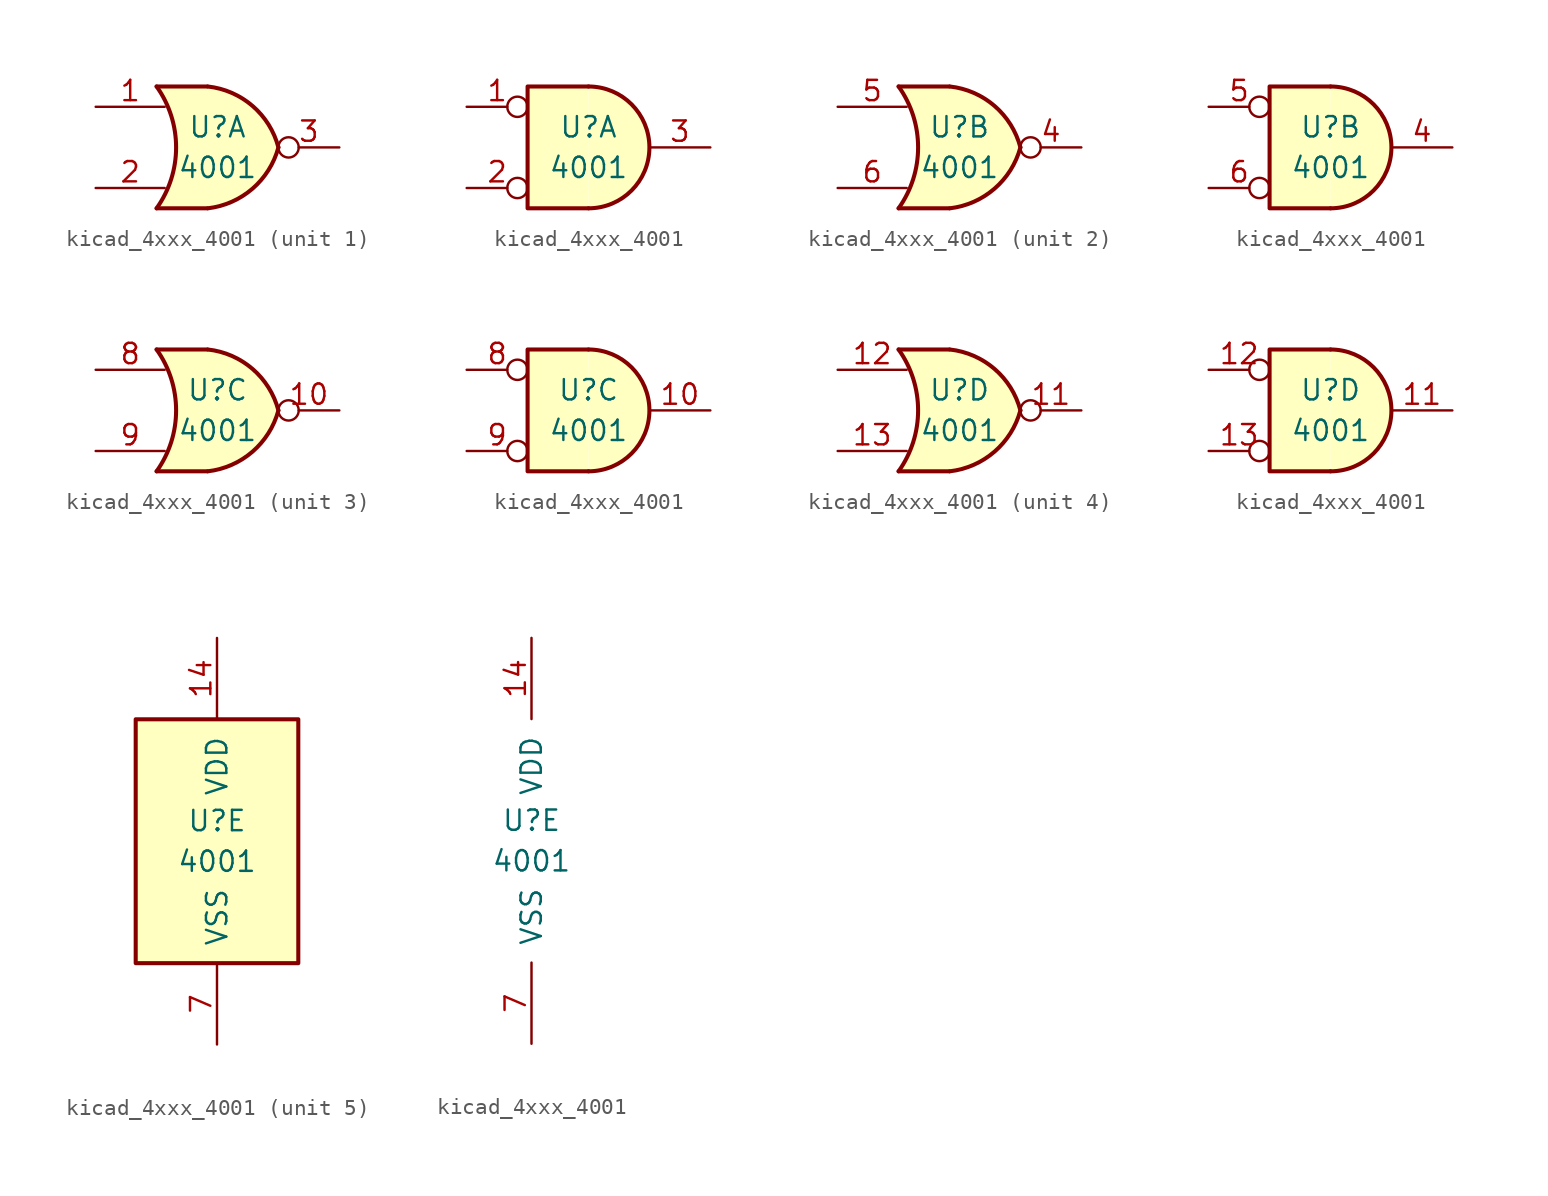
<source format=kicad_sym>
(kicad_symbol_lib
  (version 20220914)
  (generator kicad_symbol_editor)
  (symbol "kicad_4xxx_4001"
    (pin_names
      (offset 1.016))
    (property "Reference" "U"
      (at 0 1.27 0)
      (effects (font (size 1.27 1.27))))
    (property "Value" "4001"
      (at 0 -1.27 0)
      (effects (font (size 1.27 1.27))))
    (property "ki_locked" ""
      (at 0 0 0)
      (effects (font (size 1.27 1.27))))
    (symbol "kicad_4xxx_4001_1_1"
      (arc (start -3.81 -3.81) (mid -2.589 0) (end -3.81 3.81) (stroke (width 0.254) (type default)) (fill (type none)))
      (arc (start -0.6096 -3.81) (mid 2.1842 -2.5851) (end 3.81 0) (stroke (width 0.254) (type default)) (fill (type background)))
      (polyline (pts (xy -3.81 -3.81) (xy -0.635 -3.81)) (stroke (width 0.254) (type default)) (fill (type background)))
      (polyline (pts (xy -3.81 3.81) (xy -0.635 3.81)) (stroke (width 0.254) (type default)) (fill (type background)))
      (polyline (pts (xy -0.635 3.81) (xy -3.81 3.81) (xy -3.81 3.81) (xy -3.556 3.404) (xy -3.023 2.261) (xy -2.692 1.041) (xy -2.616 -0.254) (xy -2.769 -1.499) (xy -3.175 -2.718) (xy -3.81 -3.81) (xy -3.81 -3.81) (xy -0.635 -3.81)) (stroke (width -25.4) (type default)) (fill (type background)))
      (arc (start 3.81 0) (mid 2.1915 2.5936) (end -0.6096 3.81) (stroke (width 0.254) (type default)) (fill (type background)))
      (pin input line (at -7.62 2.54 0) (length 4.318) (name "~" (effects (font (size 1.27 1.27)))) (number "1" (effects (font (size 1.27 1.27)))))
      (pin input line (at -7.62 -2.54 0) (length 4.318) (name "~" (effects (font (size 1.27 1.27)))) (number "2" (effects (font (size 1.27 1.27)))))
      (pin output inverted (at 7.62 0 180) (length 3.81) (name "~" (effects (font (size 1.27 1.27)))) (number "3" (effects (font (size 1.27 1.27))))))
    (symbol "kicad_4xxx_4001_1_2"
      (arc (start 0 -3.81) (mid 3.7934 0) (end 0 3.81) (stroke (width 0.254) (type default)) (fill (type background)))
      (polyline (pts (xy 0 3.81) (xy -3.81 3.81) (xy -3.81 -3.81) (xy 0 -3.81)) (stroke (width 0.254) (type default)) (fill (type background)))
      (pin input inverted (at -7.62 2.54 0) (length 3.81) (name "~" (effects (font (size 1.27 1.27)))) (number "1" (effects (font (size 1.27 1.27)))))
      (pin input inverted (at -7.62 -2.54 0) (length 3.81) (name "~" (effects (font (size 1.27 1.27)))) (number "2" (effects (font (size 1.27 1.27)))))
      (pin output line (at 7.62 0 180) (length 3.81) (name "~" (effects (font (size 1.27 1.27)))) (number "3" (effects (font (size 1.27 1.27))))))
    (symbol "kicad_4xxx_4001_2_1"
      (arc (start -3.81 -3.81) (mid -2.589 0) (end -3.81 3.81) (stroke (width 0.254) (type default)) (fill (type none)))
      (arc (start -0.6096 -3.81) (mid 2.1842 -2.5851) (end 3.81 0) (stroke (width 0.254) (type default)) (fill (type background)))
      (polyline (pts (xy -3.81 -3.81) (xy -0.635 -3.81)) (stroke (width 0.254) (type default)) (fill (type background)))
      (polyline (pts (xy -3.81 3.81) (xy -0.635 3.81)) (stroke (width 0.254) (type default)) (fill (type background)))
      (polyline (pts (xy -0.635 3.81) (xy -3.81 3.81) (xy -3.81 3.81) (xy -3.556 3.404) (xy -3.023 2.261) (xy -2.692 1.041) (xy -2.616 -0.254) (xy -2.769 -1.499) (xy -3.175 -2.718) (xy -3.81 -3.81) (xy -3.81 -3.81) (xy -0.635 -3.81)) (stroke (width -25.4) (type default)) (fill (type background)))
      (arc (start 3.81 0) (mid 2.1915 2.5936) (end -0.6096 3.81) (stroke (width 0.254) (type default)) (fill (type background)))
      (pin output inverted (at 7.62 0 180) (length 3.81) (name "~" (effects (font (size 1.27 1.27)))) (number "4" (effects (font (size 1.27 1.27)))))
      (pin input line (at -7.62 2.54 0) (length 4.318) (name "~" (effects (font (size 1.27 1.27)))) (number "5" (effects (font (size 1.27 1.27)))))
      (pin input line (at -7.62 -2.54 0) (length 4.318) (name "~" (effects (font (size 1.27 1.27)))) (number "6" (effects (font (size 1.27 1.27))))))
    (symbol "kicad_4xxx_4001_2_2"
      (arc (start 0 -3.81) (mid 3.7934 0) (end 0 3.81) (stroke (width 0.254) (type default)) (fill (type background)))
      (polyline (pts (xy 0 3.81) (xy -3.81 3.81) (xy -3.81 -3.81) (xy 0 -3.81)) (stroke (width 0.254) (type default)) (fill (type background)))
      (pin output line (at 7.62 0 180) (length 3.81) (name "~" (effects (font (size 1.27 1.27)))) (number "4" (effects (font (size 1.27 1.27)))))
      (pin input inverted (at -7.62 2.54 0) (length 3.81) (name "~" (effects (font (size 1.27 1.27)))) (number "5" (effects (font (size 1.27 1.27)))))
      (pin input inverted (at -7.62 -2.54 0) (length 3.81) (name "~" (effects (font (size 1.27 1.27)))) (number "6" (effects (font (size 1.27 1.27))))))
    (symbol "kicad_4xxx_4001_3_1"
      (arc (start -3.81 -3.81) (mid -2.589 0) (end -3.81 3.81) (stroke (width 0.254) (type default)) (fill (type none)))
      (arc (start -0.6096 -3.81) (mid 2.1842 -2.5851) (end 3.81 0) (stroke (width 0.254) (type default)) (fill (type background)))
      (polyline (pts (xy -3.81 -3.81) (xy -0.635 -3.81)) (stroke (width 0.254) (type default)) (fill (type background)))
      (polyline (pts (xy -3.81 3.81) (xy -0.635 3.81)) (stroke (width 0.254) (type default)) (fill (type background)))
      (polyline (pts (xy -0.635 3.81) (xy -3.81 3.81) (xy -3.81 3.81) (xy -3.556 3.404) (xy -3.023 2.261) (xy -2.692 1.041) (xy -2.616 -0.254) (xy -2.769 -1.499) (xy -3.175 -2.718) (xy -3.81 -3.81) (xy -3.81 -3.81) (xy -0.635 -3.81)) (stroke (width -25.4) (type default)) (fill (type background)))
      (arc (start 3.81 0) (mid 2.1915 2.5936) (end -0.6096 3.81) (stroke (width 0.254) (type default)) (fill (type background)))
      (pin output inverted (at 7.62 0 180) (length 3.81) (name "~" (effects (font (size 1.27 1.27)))) (number "10" (effects (font (size 1.27 1.27)))))
      (pin input line (at -7.62 2.54 0) (length 4.318) (name "~" (effects (font (size 1.27 1.27)))) (number "8" (effects (font (size 1.27 1.27)))))
      (pin input line (at -7.62 -2.54 0) (length 4.318) (name "~" (effects (font (size 1.27 1.27)))) (number "9" (effects (font (size 1.27 1.27))))))
    (symbol "kicad_4xxx_4001_3_2"
      (arc (start 0 -3.81) (mid 3.7934 0) (end 0 3.81) (stroke (width 0.254) (type default)) (fill (type background)))
      (polyline (pts (xy 0 3.81) (xy -3.81 3.81) (xy -3.81 -3.81) (xy 0 -3.81)) (stroke (width 0.254) (type default)) (fill (type background)))
      (pin output line (at 7.62 0 180) (length 3.81) (name "~" (effects (font (size 1.27 1.27)))) (number "10" (effects (font (size 1.27 1.27)))))
      (pin input inverted (at -7.62 2.54 0) (length 3.81) (name "~" (effects (font (size 1.27 1.27)))) (number "8" (effects (font (size 1.27 1.27)))))
      (pin input inverted (at -7.62 -2.54 0) (length 3.81) (name "~" (effects (font (size 1.27 1.27)))) (number "9" (effects (font (size 1.27 1.27))))))
    (symbol "kicad_4xxx_4001_4_1"
      (arc (start -3.81 -3.81) (mid -2.589 0) (end -3.81 3.81) (stroke (width 0.254) (type default)) (fill (type none)))
      (arc (start -0.6096 -3.81) (mid 2.1842 -2.5851) (end 3.81 0) (stroke (width 0.254) (type default)) (fill (type background)))
      (polyline (pts (xy -3.81 -3.81) (xy -0.635 -3.81)) (stroke (width 0.254) (type default)) (fill (type background)))
      (polyline (pts (xy -3.81 3.81) (xy -0.635 3.81)) (stroke (width 0.254) (type default)) (fill (type background)))
      (polyline (pts (xy -0.635 3.81) (xy -3.81 3.81) (xy -3.81 3.81) (xy -3.556 3.404) (xy -3.023 2.261) (xy -2.692 1.041) (xy -2.616 -0.254) (xy -2.769 -1.499) (xy -3.175 -2.718) (xy -3.81 -3.81) (xy -3.81 -3.81) (xy -0.635 -3.81)) (stroke (width -25.4) (type default)) (fill (type background)))
      (arc (start 3.81 0) (mid 2.1915 2.5936) (end -0.6096 3.81) (stroke (width 0.254) (type default)) (fill (type background)))
      (pin output inverted (at 7.62 0 180) (length 3.81) (name "~" (effects (font (size 1.27 1.27)))) (number "11" (effects (font (size 1.27 1.27)))))
      (pin input line (at -7.62 2.54 0) (length 4.318) (name "~" (effects (font (size 1.27 1.27)))) (number "12" (effects (font (size 1.27 1.27)))))
      (pin input line (at -7.62 -2.54 0) (length 4.318) (name "~" (effects (font (size 1.27 1.27)))) (number "13" (effects (font (size 1.27 1.27))))))
    (symbol "kicad_4xxx_4001_4_2"
      (arc (start 0 -3.81) (mid 3.7934 0) (end 0 3.81) (stroke (width 0.254) (type default)) (fill (type background)))
      (polyline (pts (xy 0 3.81) (xy -3.81 3.81) (xy -3.81 -3.81) (xy 0 -3.81)) (stroke (width 0.254) (type default)) (fill (type background)))
      (pin output line (at 7.62 0 180) (length 3.81) (name "~" (effects (font (size 1.27 1.27)))) (number "11" (effects (font (size 1.27 1.27)))))
      (pin input inverted (at -7.62 2.54 0) (length 3.81) (name "~" (effects (font (size 1.27 1.27)))) (number "12" (effects (font (size 1.27 1.27)))))
      (pin input inverted (at -7.62 -2.54 0) (length 3.81) (name "~" (effects (font (size 1.27 1.27)))) (number "13" (effects (font (size 1.27 1.27))))))
    (symbol "kicad_4xxx_4001_5_0"
      (pin power_in line (at 0 12.7 270) (length 5.08) (name "VDD" (effects (font (size 1.27 1.27)))) (number "14" (effects (font (size 1.27 1.27)))))
      (pin power_in line (at 0 -12.7 90) (length 5.08) (name "VSS" (effects (font (size 1.27 1.27)))) (number "7" (effects (font (size 1.27 1.27))))))
    (symbol "kicad_4xxx_4001_5_1"
      (rectangle (start -5.08 7.62) (end 5.08 -7.62) (stroke (width 0.254) (type default)) (fill (type background))))))
</source>
